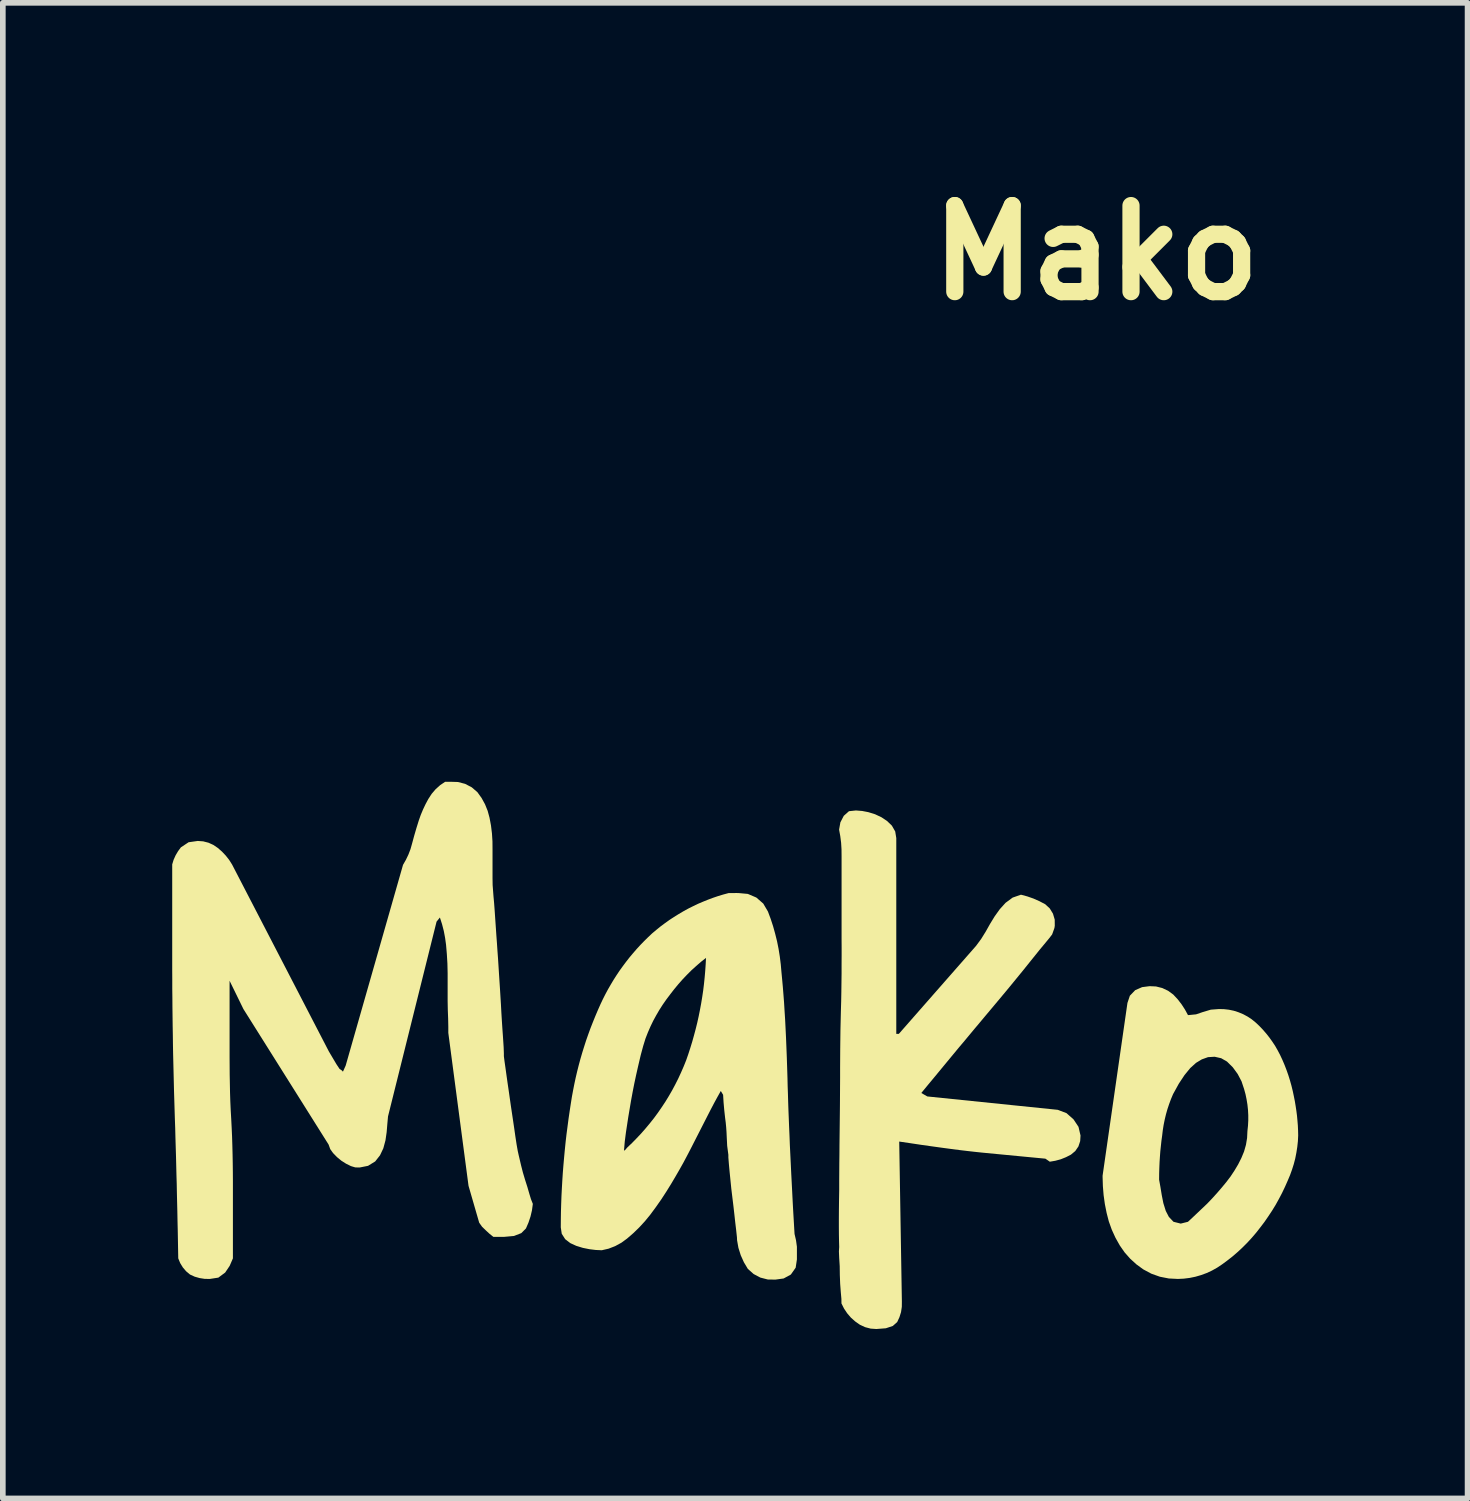
<source format=kicad_pcb>
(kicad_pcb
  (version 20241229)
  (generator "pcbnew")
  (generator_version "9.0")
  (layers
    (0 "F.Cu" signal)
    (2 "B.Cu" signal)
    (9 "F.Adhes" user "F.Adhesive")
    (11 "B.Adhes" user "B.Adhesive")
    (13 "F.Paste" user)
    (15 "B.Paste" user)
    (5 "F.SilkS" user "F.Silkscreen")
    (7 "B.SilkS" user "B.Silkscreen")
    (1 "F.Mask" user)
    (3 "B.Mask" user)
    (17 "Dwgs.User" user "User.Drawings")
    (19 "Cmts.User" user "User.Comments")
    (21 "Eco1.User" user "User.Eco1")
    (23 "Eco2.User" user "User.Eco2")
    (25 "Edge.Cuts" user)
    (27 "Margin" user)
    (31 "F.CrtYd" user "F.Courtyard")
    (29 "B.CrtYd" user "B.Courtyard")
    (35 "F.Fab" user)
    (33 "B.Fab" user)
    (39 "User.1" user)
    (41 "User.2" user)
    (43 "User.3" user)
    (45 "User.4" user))
  (footprint "Mako"
    (layer "F.Cu")
    (at 16.364 18.744)
    (property "Reference" "Mako" (at 0 -17.318 0) (layer "F.SilkS") (effects (font (size 1.524 1.524) (thickness 0.305))))
    (attr exclude_from_pos_files exclude_from_bom)
    (fp_poly (pts (xy -4.511 1.291) (xy -4.512 1.211) (xy -4.523 1.089) (xy -4.534 0.942) (xy -4.54 0.784) (xy -4.542 0.63) (xy -4.551 0.488) (xy -4.556 0.37) (xy -4.551 0.292) (xy -4.554 0.188) (xy -4.556 0.07) (xy -4.557 -0.061) (xy -4.557 -0.206) (xy -4.556 -0.365) (xy -4.554 -0.538) (xy -4.551 -0.724) (xy -4.551 -0.877) (xy -4.55 -1.033) (xy -4.549 -1.192) (xy -4.547 -1.354) (xy -4.546 -1.52) (xy -4.544 -1.69) (xy -4.542 -1.862) (xy -4.54 -2.038) (xy -4.538 -2.218) (xy -4.537 -2.381) (xy -4.536 -2.546) (xy -4.535 -2.711) (xy -4.535 -2.877) (xy -4.534 -3.044) (xy -4.533 -3.212) (xy -4.531 -3.381) (xy -4.529 -3.55) (xy -4.525 -3.72) (xy -4.521 -3.891) (xy -4.516 -4.061) (xy -4.513 -4.228) (xy -4.511 -4.392) (xy -4.509 -4.553) (xy -4.509 -4.711) (xy -4.508 -4.866) (xy -4.508 -5.018) (xy -4.509 -5.168) (xy -4.509 -5.314) (xy -4.509 -5.457) (xy -4.509 -5.655) (xy -4.509 -5.842) (xy -4.509 -6.02) (xy -4.509 -6.188) (xy -4.509 -6.345) (xy -4.509 -6.493) (xy -4.509 -6.631) (xy -4.51 -6.749) (xy -4.517 -6.867) (xy -4.532 -6.985) (xy -4.553 -7.101) (xy -4.53 -7.23) (xy -4.47 -7.345) (xy -4.378 -7.427) (xy -4.255 -7.44) (xy -4.144 -7.431) (xy -4.035 -7.41) (xy -3.916 -7.373) (xy -3.803 -7.32) (xy -3.704 -7.254) (xy -3.618 -7.171) (xy -3.559 -7.068) (xy -3.54 -6.951) (xy -3.54 -3.483) (xy -3.495 -3.483) (xy -2.127 -5.042) (xy -2.037 -5.164) (xy -1.957 -5.293) (xy -1.878 -5.433) (xy -1.796 -5.567) (xy -1.707 -5.691) (xy -1.605 -5.804) (xy -1.479 -5.897) (xy -1.332 -5.948) (xy -1.22 -5.918) (xy -1.111 -5.88) (xy -1.005 -5.833) (xy -0.902 -5.779) (xy -0.822 -5.705) (xy -0.765 -5.612) (xy -0.734 -5.507) (xy -0.733 -5.398) (xy -0.739 -5.359) (xy -0.752 -5.322) (xy -0.78 -5.244) (xy -0.829 -5.18) (xy -0.929 -5.059) (xy -0.995 -4.98) (xy -1.076 -4.879) (xy -1.176 -4.755) (xy -1.293 -4.609) (xy -1.37 -4.515) (xy -1.454 -4.412) (xy -1.545 -4.301) (xy -1.644 -4.182) (xy -1.75 -4.055) (xy -1.864 -3.919) (xy -1.984 -3.776) (xy -2.065 -3.679) (xy -2.15 -3.578) (xy -2.239 -3.471) (xy -2.332 -3.359) (xy -2.43 -3.243) (xy -2.531 -3.121) (xy -2.636 -2.994) (xy -2.745 -2.862) (xy -2.858 -2.725) (xy -2.976 -2.583) (xy -3.097 -2.436) (xy -2.99 -2.375) (xy -0.68 -2.138) (xy -0.525 -2.079) (xy -0.401 -1.969) (xy -0.313 -1.837) (xy -0.277 -1.683) (xy -0.283 -1.584) (xy -0.314 -1.49) (xy -0.37 -1.408) (xy -0.447 -1.344) (xy -0.535 -1.299) (xy -0.627 -1.262) (xy -0.723 -1.236) (xy -0.821 -1.219) (xy -0.899 -1.273) (xy -1.226 -1.304) (xy -2.018 -1.38) (xy -2.141 -1.393) (xy -2.274 -1.408) (xy -2.417 -1.425) (xy -2.571 -1.445) (xy -2.735 -1.467) (xy -2.908 -1.491) (xy -3.092 -1.517) (xy -3.285 -1.546) (xy -3.488 -1.576) (xy -3.441 1.257) (xy -3.442 1.351) (xy -3.456 1.445) (xy -3.484 1.535) (xy -3.524 1.621) (xy -3.602 1.69) (xy -3.725 1.731) (xy -3.893 1.744) (xy -3.994 1.737) (xy -4.093 1.711) (xy -4.185 1.668) (xy -4.269 1.609) (xy -4.344 1.542) (xy -4.41 1.465) (xy -4.466 1.381) (xy -4.511 1.291)) (stroke (width 0) (type solid)) (fill yes) (layer "F.SilkS"))
    (fp_poly (pts (xy 0.114 -0.972) (xy 1.115 -0.899) (xy 1.138 -0.772) (xy 1.162 -0.626) (xy 1.19 -0.485) (xy 1.233 -0.347) (xy 1.288 -0.241) (xy 1.37 -0.155) (xy 1.498 -0.123) (xy 1.626 -0.155) (xy 1.732 -0.254) (xy 1.845 -0.361) (xy 1.965 -0.475) (xy 2.053 -0.567) (xy 2.139 -0.662) (xy 2.222 -0.758) (xy 2.303 -0.856) (xy 2.38 -0.957) (xy 2.45 -1.063) (xy 2.515 -1.172) (xy 2.572 -1.285) (xy 2.619 -1.399) (xy 2.653 -1.518) (xy 2.673 -1.639) (xy 2.679 -1.762) (xy 2.689 -1.856) (xy 2.694 -1.95) (xy 2.694 -2.043) (xy 2.689 -2.137) (xy 2.679 -2.231) (xy 2.664 -2.323) (xy 2.645 -2.415) (xy 2.62 -2.506) (xy 2.574 -2.644) (xy 2.506 -2.773) (xy 2.42 -2.891) (xy 2.317 -2.993) (xy 2.214 -3.052) (xy 2.099 -3.078) (xy 1.981 -3.071) (xy 1.87 -3.031) (xy 1.769 -2.97) (xy 1.667 -2.878) (xy 1.566 -2.755) (xy 1.464 -2.601) (xy 1.362 -2.416) (xy 1.325 -2.328) (xy 1.292 -2.239) (xy 1.262 -2.149) (xy 1.236 -2.057) (xy 1.214 -1.965) (xy 1.195 -1.871) (xy 1.18 -1.777) (xy 1.169 -1.683) (xy 1.156 -1.589) (xy 1.146 -1.495) (xy 1.136 -1.401) (xy 1.129 -1.306) (xy 1.123 -1.212) (xy 1.119 -1.117) (xy 1.116 -1.022) (xy 1.115 -0.928) (xy 1.115 -0.899) (xy 0.114 -0.972) (xy 0.554 -4.031) (xy 0.597 -4.159) (xy 0.691 -4.257) (xy 0.814 -4.311) (xy 0.947 -4.328) (xy 1.06 -4.323) (xy 1.171 -4.295) (xy 1.273 -4.247) (xy 1.365 -4.18) (xy 1.442 -4.098) (xy 1.511 -4.009) (xy 1.572 -3.915) (xy 1.626 -3.816) (xy 1.638 -3.816) (xy 1.769 -3.829) (xy 1.893 -3.871) (xy 2.031 -3.912) (xy 2.175 -3.923) (xy 2.263 -3.921) (xy 2.351 -3.911) (xy 2.437 -3.893) (xy 2.521 -3.866) (xy 2.603 -3.832) (xy 2.681 -3.79) (xy 2.754 -3.742) (xy 2.823 -3.686) (xy 2.889 -3.624) (xy 2.952 -3.558) (xy 3.012 -3.489) (xy 3.068 -3.418) (xy 3.121 -3.344) (xy 3.171 -3.268) (xy 3.216 -3.189) (xy 3.258 -3.109) (xy 3.299 -3.021) (xy 3.337 -2.932) (xy 3.372 -2.841) (xy 3.404 -2.75) (xy 3.433 -2.657) (xy 3.459 -2.564) (xy 3.482 -2.47) (xy 3.502 -2.375) (xy 3.519 -2.29) (xy 3.533 -2.205) (xy 3.546 -2.119) (xy 3.557 -2.033) (xy 3.565 -1.946) (xy 3.572 -1.86) (xy 3.576 -1.773) (xy 3.578 -1.686) (xy 3.573 -1.583) (xy 3.562 -1.481) (xy 3.546 -1.379) (xy 3.526 -1.277) (xy 3.5 -1.177) (xy 3.469 -1.079) (xy 3.434 -0.982) (xy 3.394 -0.887) (xy 3.345 -0.776) (xy 3.293 -0.667) (xy 3.237 -0.56) (xy 3.178 -0.454) (xy 3.115 -0.351) (xy 3.048 -0.25) (xy 2.979 -0.15) (xy 2.906 -0.054) (xy 2.833 0.039) (xy 2.756 0.129) (xy 2.676 0.216) (xy 2.593 0.299) (xy 2.506 0.38) (xy 2.417 0.457) (xy 2.324 0.53) (xy 2.229 0.6) (xy 2.142 0.658) (xy 2.051 0.709) (xy 1.956 0.753) (xy 1.858 0.789) (xy 1.758 0.818) (xy 1.656 0.839) (xy 1.552 0.852) (xy 1.448 0.857) (xy 1.287 0.849) (xy 1.129 0.818) (xy 0.977 0.764) (xy 0.835 0.688) (xy 0.714 0.6) (xy 0.603 0.499) (xy 0.504 0.387) (xy 0.419 0.265) (xy 0.342 0.128) (xy 0.277 -0.014) (xy 0.224 -0.162) (xy 0.185 -0.313) (xy 0.154 -0.469) (xy 0.132 -0.627) (xy 0.119 -0.785) (xy 0.114 -0.945) (xy 0.114 -0.972)) (stroke (width 0) (type solid)) (fill yes) (layer "F.SilkS"))
    (fp_poly (pts (xy -16.257 0.493) (xy -16.26 0.328) (xy -16.263 0.163) (xy -16.266 -0.002) (xy -16.27 -0.167) (xy -16.273 -0.332) (xy -16.277 -0.497) (xy -16.281 -0.662) (xy -16.284 -0.826) (xy -16.289 -0.991) (xy -16.293 -1.156) (xy -16.297 -1.321) (xy -16.302 -1.485) (xy -16.307 -1.65) (xy -16.311 -1.814) (xy -16.317 -1.979) (xy -16.322 -2.143) (xy -16.327 -2.308) (xy -16.332 -2.472) (xy -16.336 -2.637) (xy -16.34 -2.802) (xy -16.344 -2.966) (xy -16.348 -3.131) (xy -16.351 -3.296) (xy -16.353 -3.461) (xy -16.356 -3.626) (xy -16.358 -3.791) (xy -16.36 -3.956) (xy -16.361 -4.121) (xy -16.363 -4.286) (xy -16.363 -4.451) (xy -16.364 -4.616) (xy -16.364 -4.782) (xy -16.364 -5.12) (xy -16.364 -5.247) (xy -16.364 -5.376) (xy -16.364 -5.506) (xy -16.364 -5.638) (xy -16.364 -5.772) (xy -16.364 -5.901) (xy -16.364 -6.027) (xy -16.364 -6.146) (xy -16.364 -6.485) (xy -16.339 -6.567) (xy -16.304 -6.645) (xy -16.261 -6.718) (xy -16.21 -6.787) (xy -16.074 -6.877) (xy -15.912 -6.9) (xy -15.816 -6.893) (xy -15.722 -6.869) (xy -15.634 -6.829) (xy -15.555 -6.775) (xy -15.482 -6.711) (xy -15.416 -6.641) (xy -15.356 -6.565) (xy -15.304 -6.483) (xy -13.59 -3.173) (xy -13.506 -3.031) (xy -13.455 -2.945) (xy -13.399 -2.861) (xy -13.363 -2.838) (xy -13.34 -2.814) (xy -13.292 -2.921) (xy -12.276 -6.477) (xy -12.225 -6.566) (xy -12.181 -6.658) (xy -12.144 -6.754) (xy -12.116 -6.853) (xy -12.079 -6.99) (xy -12.039 -7.127) (xy -11.997 -7.262) (xy -11.962 -7.361) (xy -11.922 -7.457) (xy -11.877 -7.552) (xy -11.828 -7.643) (xy -11.769 -7.734) (xy -11.699 -7.816) (xy -11.619 -7.888) (xy -11.53 -7.948) (xy -11.435 -7.948) (xy -11.303 -7.944) (xy -11.176 -7.911) (xy -11.059 -7.85) (xy -10.959 -7.764) (xy -10.885 -7.661) (xy -10.824 -7.55) (xy -10.777 -7.433) (xy -10.744 -7.311) (xy -10.718 -7.173) (xy -10.701 -7.033) (xy -10.692 -6.892) (xy -10.691 -6.751) (xy -10.691 -6.61) (xy -10.691 -6.479) (xy -10.691 -6.356) (xy -10.691 -6.243) (xy -10.689 -6.118) (xy -10.674 -5.921) (xy -10.663 -5.801) (xy -10.653 -5.667) (xy -10.643 -5.52) (xy -10.632 -5.361) (xy -10.623 -5.228) (xy -10.613 -5.094) (xy -10.604 -4.96) (xy -10.594 -4.823) (xy -10.585 -4.683) (xy -10.576 -4.542) (xy -10.567 -4.403) (xy -10.558 -4.266) (xy -10.55 -4.133) (xy -10.542 -4.006) (xy -10.534 -3.854) (xy -10.525 -3.708) (xy -10.516 -3.571) (xy -10.507 -3.446) (xy -10.494 -3.249) (xy -10.49 -3.136) (xy -10.49 -3.088) (xy -10.479 -3.001) (xy -10.462 -2.882) (xy -10.441 -2.731) (xy -10.423 -2.604) (xy -10.404 -2.475) (xy -10.385 -2.341) (xy -10.365 -2.201) (xy -10.344 -2.061) (xy -10.324 -1.927) (xy -10.305 -1.798) (xy -10.287 -1.671) (xy -10.264 -1.521) (xy -10.244 -1.408) (xy -10.227 -1.332) (xy -10.208 -1.251) (xy -10.185 -1.153) (xy -10.153 -1.028) (xy -10.114 -0.897) (xy -10.073 -0.769) (xy -10.036 -0.641) (xy -10.01 -0.556) (xy -9.977 -0.472) (xy -9.992 -0.36) (xy -10.018 -0.249) (xy -10.054 -0.141) (xy -10.099 -0.037) (xy -10.182 0.046) (xy -10.311 0.096) (xy -10.487 0.112) (xy -10.593 0.112) (xy -10.676 0.112) (xy -10.747 0.055) (xy -10.813 -0.006) (xy -10.876 -0.067) (xy -10.927 -0.139) (xy -11.116 -0.792) (xy -11.474 -3.501) (xy -11.474 -3.61) (xy -11.477 -3.755) (xy -11.483 -3.908) (xy -11.486 -4.067) (xy -11.486 -4.231) (xy -11.486 -4.396) (xy -11.486 -4.561) (xy -11.49 -4.729) (xy -11.5 -4.897) (xy -11.514 -5.061) (xy -11.531 -5.184) (xy -11.554 -5.306) (xy -11.585 -5.426) (xy -11.623 -5.544) (xy -11.682 -5.471) (xy -12.542 -2.021) (xy -12.554 -1.887) (xy -12.566 -1.742) (xy -12.587 -1.597) (xy -12.625 -1.456) (xy -12.684 -1.332) (xy -12.769 -1.224) (xy -12.896 -1.146) (xy -13.042 -1.117) (xy -13.121 -1.118) (xy -13.198 -1.141) (xy -13.285 -1.184) (xy -13.367 -1.236) (xy -13.445 -1.3) (xy -13.516 -1.373) (xy -13.565 -1.442) (xy -13.594 -1.522) (xy -15.103 -3.923) (xy -15.348 -4.424) (xy -15.348 -3.4) (xy -15.348 -3.239) (xy -15.348 -3.079) (xy -15.347 -2.919) (xy -15.346 -2.76) (xy -15.343 -2.602) (xy -15.34 -2.445) (xy -15.335 -2.288) (xy -15.328 -2.133) (xy -15.319 -1.977) (xy -15.311 -1.822) (xy -15.304 -1.666) (xy -15.299 -1.51) (xy -15.295 -1.352) (xy -15.292 -1.194) (xy -15.29 -1.035) (xy -15.289 -0.876) (xy -15.289 -0.716) (xy -15.289 -0.555) (xy -15.289 -0.347) (xy -15.289 -0.193) (xy -15.289 -0.03) (xy -15.289 0.132) (xy -15.289 0.285) (xy -15.289 0.493) (xy -15.346 0.625) (xy -15.426 0.744) (xy -15.547 0.834) (xy -15.697 0.857) (xy -15.788 0.856) (xy -15.878 0.842) (xy -15.966 0.817) (xy -16.049 0.779) (xy -16.118 0.721) (xy -16.176 0.653) (xy -16.223 0.576) (xy -16.257 0.493)) (stroke (width 0) (type solid)) (fill yes) (layer "F.SilkS"))
    (fp_poly (pts (xy -6.648 -2.472) (xy -6.91 -4.829) (xy -6.999 -4.759) (xy -7.084 -4.685) (xy -7.168 -4.609) (xy -7.248 -4.529) (xy -7.326 -4.447) (xy -7.401 -4.362) (xy -7.473 -4.275) (xy -7.542 -4.186) (xy -7.61 -4.096) (xy -7.675 -4.003) (xy -7.736 -3.908) (xy -7.793 -3.81) (xy -7.847 -3.711) (xy -7.896 -3.609) (xy -7.941 -3.505) (xy -7.982 -3.4) (xy -8.023 -3.267) (xy -8.067 -3.104) (xy -8.112 -2.912) (xy -8.147 -2.758) (xy -8.18 -2.604) (xy -8.21 -2.451) (xy -8.238 -2.299) (xy -8.263 -2.151) (xy -8.287 -2.008) (xy -8.308 -1.87) (xy -8.328 -1.739) (xy -8.349 -1.576) (xy -8.363 -1.412) (xy -8.333 -1.436) (xy -8.319 -1.454) (xy -8.304 -1.471) (xy -8.219 -1.552) (xy -8.137 -1.636) (xy -8.056 -1.722) (xy -7.979 -1.81) (xy -7.904 -1.9) (xy -7.831 -1.992) (xy -7.762 -2.086) (xy -7.695 -2.183) (xy -7.63 -2.281) (xy -7.569 -2.381) (xy -7.51 -2.483) (xy -7.455 -2.586) (xy -7.402 -2.691) (xy -7.353 -2.797) (xy -7.306 -2.905) (xy -7.262 -3.014) (xy -7.224 -3.123) (xy -7.188 -3.234) (xy -7.154 -3.345) (xy -7.123 -3.456) (xy -7.093 -3.568) (xy -7.065 -3.681) (xy -7.04 -3.794) (xy -7.017 -3.908) (xy -6.996 -4.022) (xy -6.977 -4.137) (xy -6.96 -4.251) (xy -6.946 -4.366) (xy -6.934 -4.482) (xy -6.924 -4.597) (xy -6.916 -4.713) (xy -6.91 -4.829) (xy -6.648 -2.472) (xy -6.704 -2.372) (xy -6.764 -2.262) (xy -6.827 -2.142) (xy -6.893 -2.013) (xy -7.185 -1.441) (xy -7.248 -1.32) (xy -7.313 -1.198) (xy -7.381 -1.077) (xy -7.451 -0.956) (xy -7.523 -0.834) (xy -7.611 -0.692) (xy -7.702 -0.552) (xy -7.798 -0.415) (xy -7.897 -0.281) (xy -7.991 -0.166) (xy -8.091 -0.057) (xy -8.197 0.046) (xy -8.309 0.143) (xy -8.409 0.216) (xy -8.519 0.276) (xy -8.635 0.321) (xy -8.756 0.349) (xy -8.864 0.344) (xy -8.971 0.331) (xy -9.091 0.307) (xy -9.208 0.271) (xy -9.313 0.223) (xy -9.404 0.153) (xy -9.465 0.057) (xy -9.482 -0.056) (xy -9.481 -0.194) (xy -9.479 -0.332) (xy -9.475 -0.47) (xy -9.47 -0.608) (xy -9.463 -0.746) (xy -9.455 -0.884) (xy -9.446 -1.022) (xy -9.435 -1.16) (xy -9.423 -1.297) (xy -9.41 -1.435) (xy -9.396 -1.572) (xy -9.38 -1.71) (xy -9.362 -1.847) (xy -9.344 -1.984) (xy -9.324 -2.12) (xy -9.303 -2.257) (xy -9.285 -2.37) (xy -9.264 -2.483) (xy -9.242 -2.595) (xy -9.218 -2.707) (xy -9.192 -2.818) (xy -9.164 -2.929) (xy -9.134 -3.04) (xy -9.102 -3.15) (xy -9.068 -3.259) (xy -9.033 -3.368) (xy -8.995 -3.476) (xy -8.956 -3.583) (xy -8.914 -3.69) (xy -8.871 -3.796) (xy -8.826 -3.902) (xy -8.78 -4.006) (xy -8.738 -4.095) (xy -8.694 -4.182) (xy -8.648 -4.268) (xy -8.599 -4.353) (xy -8.549 -4.437) (xy -8.496 -4.52) (xy -8.442 -4.601) (xy -8.385 -4.68) (xy -8.326 -4.759) (xy -8.266 -4.836) (xy -8.203 -4.911) (xy -8.139 -4.985) (xy -8.073 -5.057) (xy -8.005 -5.127) (xy -7.935 -5.196) (xy -7.864 -5.263) (xy -7.79 -5.325) (xy -7.715 -5.386) (xy -7.637 -5.444) (xy -7.559 -5.5) (xy -7.478 -5.553) (xy -7.396 -5.604) (xy -7.313 -5.653) (xy -7.228 -5.7) (xy -7.142 -5.743) (xy -7.055 -5.785) (xy -6.966 -5.823) (xy -6.877 -5.859) (xy -6.786 -5.893) (xy -6.695 -5.924) (xy -6.602 -5.952) (xy -6.509 -5.977) (xy -6.419 -5.977) (xy -6.375 -5.978) (xy -6.331 -5.977) (xy -6.169 -5.962) (xy -6.019 -5.898) (xy -5.896 -5.791) (xy -5.813 -5.65) (xy -5.765 -5.521) (xy -5.722 -5.39) (xy -5.685 -5.257) (xy -5.652 -5.124) (xy -5.625 -4.989) (xy -5.603 -4.852) (xy -5.586 -4.716) (xy -5.574 -4.578) (xy -5.562 -4.453) (xy -5.55 -4.322) (xy -5.539 -4.185) (xy -5.528 -4.043) (xy -5.519 -3.895) (xy -5.509 -3.741) (xy -5.501 -3.581) (xy -5.493 -3.416) (xy -5.486 -3.245) (xy -5.479 -3.068) (xy -5.473 -2.885) (xy -5.467 -2.697) (xy -5.464 -2.561) (xy -5.459 -2.421) (xy -5.455 -2.278) (xy -5.45 -2.132) (xy -5.444 -1.983) (xy -5.438 -1.83) (xy -5.431 -1.674) (xy -5.425 -1.515) (xy -5.417 -1.353) (xy -5.409 -1.188) (xy -5.401 -1.019) (xy -5.392 -0.848) (xy -5.383 -0.673) (xy -5.374 -0.494) (xy -5.364 -0.313) (xy -5.353 -0.128) (xy -5.342 0.06) (xy -5.316 0.172) (xy -5.3 0.287) (xy -5.3 0.39) (xy -5.3 0.512) (xy -5.322 0.658) (xy -5.407 0.779) (xy -5.535 0.849) (xy -5.681 0.869) (xy -5.816 0.867) (xy -5.948 0.833) (xy -6.067 0.77) (xy -6.169 0.679) (xy -6.239 0.562) (xy -6.295 0.437) (xy -6.336 0.306) (xy -6.36 0.171) (xy -6.362 0.121) (xy -6.377 -0.018) (xy -6.392 -0.143) (xy -6.407 -0.28) (xy -6.424 -0.43) (xy -6.443 -0.586) (xy -6.462 -0.742) (xy -6.478 -0.901) (xy -6.493 -1.05) (xy -6.505 -1.181) (xy -6.514 -1.293) (xy -6.514 -1.341) (xy -6.535 -1.5) (xy -6.543 -1.661) (xy -6.547 -1.746) (xy -6.553 -1.831) (xy -6.561 -1.915) (xy -6.572 -1.999) (xy -6.587 -2.135) (xy -6.599 -2.27) (xy -6.607 -2.404) (xy -6.648 -2.472)) (stroke (width 0) (type solid)) (fill yes) (layer "F.SilkS")))
  (gr_rect
    (start -3 -3)
    (end 22.942 23.489)
    (stroke (width 0.1) (type default))
    (fill no)
    (layer "Edge.Cuts")))
</source>
